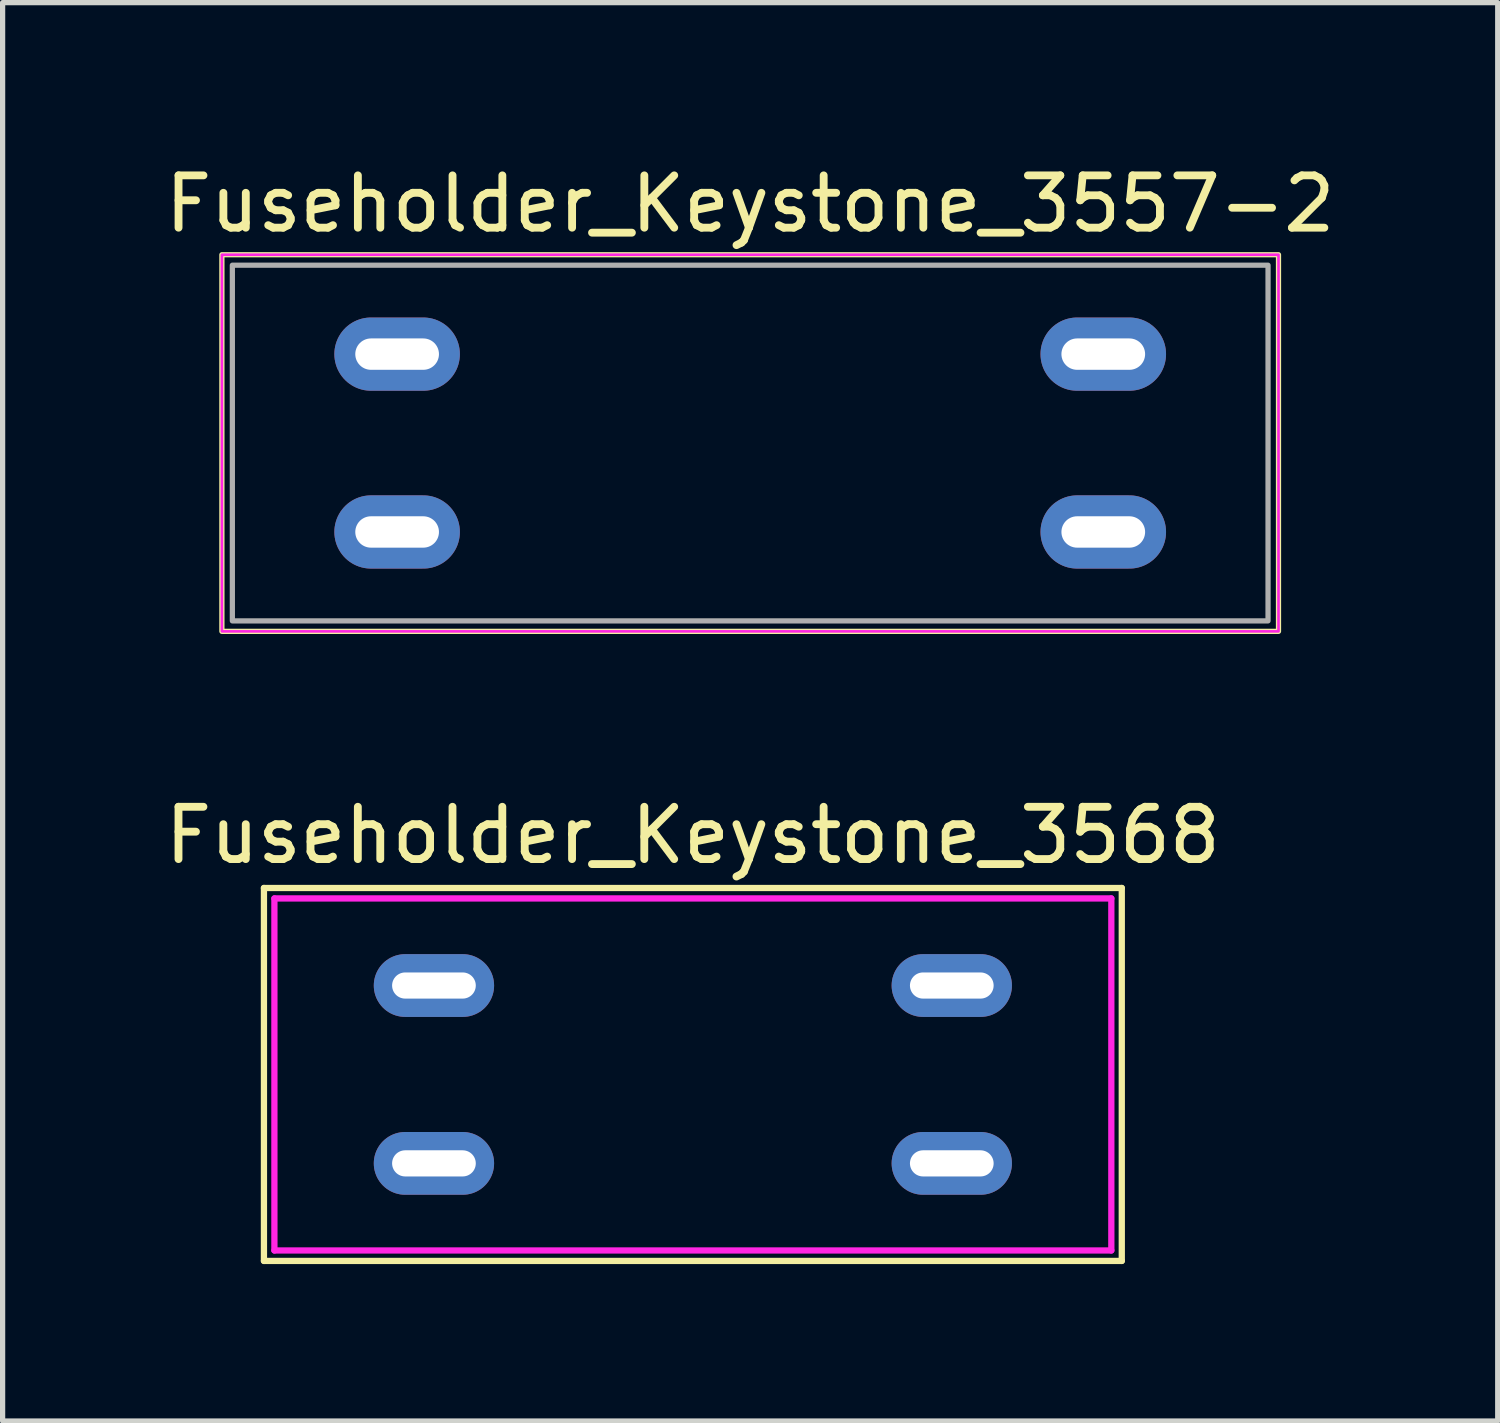
<source format=kicad_pcb>
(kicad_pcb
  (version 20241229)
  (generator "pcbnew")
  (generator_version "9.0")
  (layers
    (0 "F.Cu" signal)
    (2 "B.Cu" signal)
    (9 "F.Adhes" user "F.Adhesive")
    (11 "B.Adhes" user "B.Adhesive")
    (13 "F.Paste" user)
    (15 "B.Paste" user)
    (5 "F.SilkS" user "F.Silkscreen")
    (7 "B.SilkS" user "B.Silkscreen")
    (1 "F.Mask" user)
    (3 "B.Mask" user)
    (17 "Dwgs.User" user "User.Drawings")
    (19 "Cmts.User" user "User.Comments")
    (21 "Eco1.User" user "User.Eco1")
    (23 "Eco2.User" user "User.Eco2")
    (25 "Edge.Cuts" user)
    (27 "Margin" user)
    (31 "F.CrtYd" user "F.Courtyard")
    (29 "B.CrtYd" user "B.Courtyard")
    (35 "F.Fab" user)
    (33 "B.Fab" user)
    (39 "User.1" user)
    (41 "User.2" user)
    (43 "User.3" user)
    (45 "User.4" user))
  (footprint "Fuseholder_Keystone_3568"
    (layer "F.Cu")
    (at 10.196 17.491)
    (property "Reference" "Fuseholder_Keystone_3568" (at 0 -4.572 0) (unlocked yes) (layer "F.SilkS") (effects (font (size 1 1) (thickness 0.15))))
    (attr through_hole)
    (fp_line (start -8.2 -3.565) (end 8.2 -3.565) (stroke (width 0.12) (type solid)) (layer "F.SilkS"))
    (fp_line (start -8.2 3.565) (end -8.2 -3.565) (stroke (width 0.12) (type solid)) (layer "F.SilkS"))
    (fp_line (start 8.2 -3.565) (end 8.2 3.565) (stroke (width 0.12) (type solid)) (layer "F.SilkS"))
    (fp_line (start 8.2 3.565) (end -8.2 3.565) (stroke (width 0.12) (type solid)) (layer "F.SilkS"))
    (fp_line (start -8 -3.365) (end 8 -3.365) (stroke (width 0.12) (type solid)) (layer "F.CrtYd"))
    (fp_line (start -8 3.365) (end -8 -3.365) (stroke (width 0.12) (type solid)) (layer "F.CrtYd"))
    (fp_line (start 8 -3.365) (end 8 3.365) (stroke (width 0.12) (type solid)) (layer "F.CrtYd"))
    (fp_line (start 8 3.365) (end -8 3.365) (stroke (width 0.12) (type solid)) (layer "F.CrtYd"))
    (pad "1" thru_hole oval (at -4.95 -1.7) (size 2.3 1.2) (drill oval 1.6 0.5) (layers "*.Cu" "*.Mask"))
    (pad "1" thru_hole oval (at -4.95 1.7) (size 2.3 1.2) (drill oval 1.6 0.5) (layers "*.Cu" "*.Mask"))
    (pad "2" thru_hole oval (at 4.95 -1.7) (size 2.3 1.2) (drill oval 1.6 0.5) (layers "*.Cu" "*.Mask"))
    (pad "2" thru_hole oval (at 4.95 1.7) (size 2.3 1.2) (drill oval 1.6 0.5) (layers "*.Cu" "*.Mask")))
  (footprint "Fuseholder_Keystone_3557-2"
    (layer "F.Cu")
    (at 11.292 5.42)
    (property "Reference" "Fuseholder_Keystone_3557-2" (at 0 -4.572 0) (unlocked yes) (layer "F.SilkS") (effects (font (size 1 1) (thickness 0.15))))
    (attr through_hole)
    (fp_rect (start -10.1 -3.6) (end 10.1 3.6) (stroke (width 0.1) (type default)) (fill no) (layer "F.SilkS"))
    (fp_rect (start -10.1 -3.6) (end 10.1 3.6) (stroke (width 0.05) (type solid)) (fill no) (layer "F.CrtYd"))
    (fp_rect (start -9.9 -3.4) (end 9.9 3.4) (stroke (width 0.1) (type solid)) (fill no) (layer "F.Fab"))
    (pad "1" thru_hole oval (at -6.75 -1.7) (size 2.4 1.4) (drill oval 1.6 0.6) (layers "*.Cu" "*.Mask"))
    (pad "1" thru_hole oval (at -6.75 1.7) (size 2.4 1.4) (drill oval 1.6 0.6) (layers "*.Cu" "*.Mask"))
    (pad "2" thru_hole oval (at 6.75 -1.7) (size 2.4 1.4) (drill oval 1.6 0.6) (layers "*.Cu" "*.Mask"))
    (pad "2" thru_hole oval (at 6.75 1.7) (size 2.4 1.4) (drill oval 1.6 0.6) (layers "*.Cu" "*.Mask")))
  (gr_rect
    (start -3 -3)
    (end 25.583 24.116)
    (stroke (width 0.1) (type default))
    (fill no)
    (layer "Edge.Cuts")))
</source>
